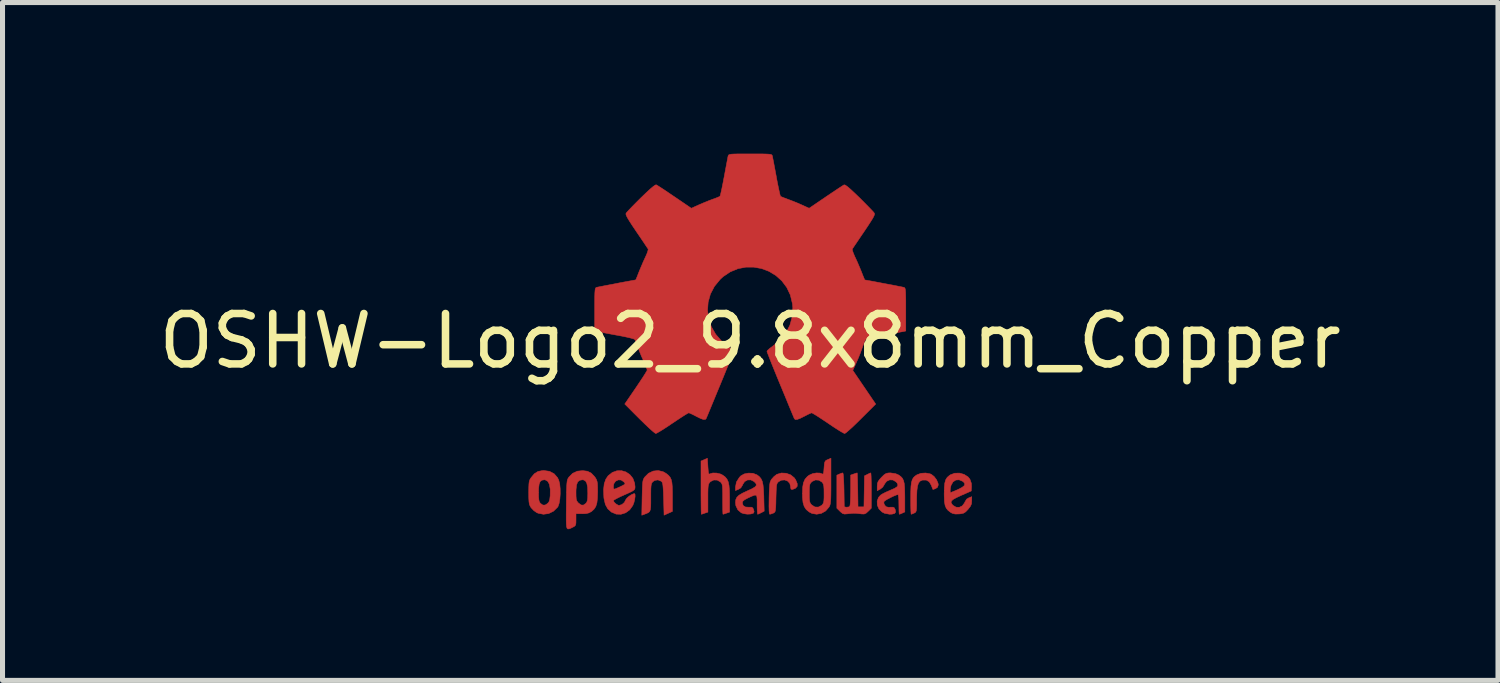
<source format=kicad_pcb>
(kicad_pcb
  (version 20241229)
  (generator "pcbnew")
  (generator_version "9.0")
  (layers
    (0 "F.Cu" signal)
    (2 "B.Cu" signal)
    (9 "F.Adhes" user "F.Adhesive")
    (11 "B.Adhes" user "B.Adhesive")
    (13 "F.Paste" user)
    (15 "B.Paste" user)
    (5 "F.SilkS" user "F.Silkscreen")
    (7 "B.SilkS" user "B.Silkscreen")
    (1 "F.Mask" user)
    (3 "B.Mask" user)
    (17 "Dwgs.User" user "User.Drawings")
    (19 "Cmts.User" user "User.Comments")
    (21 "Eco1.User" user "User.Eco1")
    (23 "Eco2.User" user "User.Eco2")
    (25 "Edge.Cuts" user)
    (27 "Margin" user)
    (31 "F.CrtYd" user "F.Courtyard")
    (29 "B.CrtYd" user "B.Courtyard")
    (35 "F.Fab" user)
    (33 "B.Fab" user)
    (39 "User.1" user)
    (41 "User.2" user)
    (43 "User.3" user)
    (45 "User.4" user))
  (footprint "OSHW-Logo2_9.8x8mm_Copper"
    (layer "F.Cu")
    (at 11.839 3.717)
    (property "Reference" "OSHW-Logo2_9.8x8mm_Copper" (at 0 0 0) (layer "F.SilkS") (effects (font (size 1 1) (thickness 0.15))))
    (attr exclude_from_pos_files exclude_from_bom allow_missing_courtyard)
    (fp_poly (pts (xy 3.571 2.637) (xy 3.594 2.647) (xy 3.65 2.691) (xy 3.698 2.755) (xy 3.727 2.823) (xy 3.732 2.857) (xy 3.716 2.904) (xy 3.68 2.928) (xy 3.643 2.943) (xy 3.625 2.946) (xy 3.617 2.926) (xy 3.6 2.882) (xy 3.593 2.863) (xy 3.552 2.794) (xy 3.493 2.76) (xy 3.417 2.761) (xy 3.411 2.763) (xy 3.37 2.782) (xy 3.34 2.819) (xy 3.32 2.88) (xy 3.308 2.968) (xy 3.303 3.088) (xy 3.302 3.152) (xy 3.302 3.252) (xy 3.3 3.321) (xy 3.296 3.365) (xy 3.287 3.39) (xy 3.274 3.405) (xy 3.253 3.416) (xy 3.252 3.416) (xy 3.213 3.433) (xy 3.194 3.439) (xy 3.191 3.42) (xy 3.188 3.369) (xy 3.186 3.292) (xy 3.185 3.196) (xy 3.185 3.125) (xy 3.186 2.989) (xy 3.19 2.885) (xy 3.2 2.808) (xy 3.216 2.752) (xy 3.24 2.711) (xy 3.274 2.679) (xy 3.308 2.656) (xy 3.388 2.626) (xy 3.482 2.62) (xy 3.571 2.637)) (stroke (width 0.01) (type solid)) (fill yes) (layer "F.Cu"))
    (fp_poly (pts (xy -1.728 2.595) (xy -1.666 2.631) (xy -1.622 2.667) (xy -1.59 2.705) (xy -1.568 2.751) (xy -1.554 2.812) (xy -1.547 2.895) (xy -1.544 3.007) (xy -1.544 3.087) (xy -1.544 3.382) (xy -1.71 3.457) (xy -1.719 3.133) (xy -1.723 3.013) (xy -1.728 2.925) (xy -1.733 2.865) (xy -1.74 2.825) (xy -1.75 2.801) (xy -1.763 2.786) (xy -1.767 2.783) (xy -1.831 2.757) (xy -1.896 2.767) (xy -1.934 2.794) (xy -1.95 2.813) (xy -1.961 2.838) (xy -1.968 2.876) (xy -1.972 2.934) (xy -1.973 3.018) (xy -1.973 3.106) (xy -1.973 3.216) (xy -1.975 3.294) (xy -1.982 3.347) (xy -1.995 3.381) (xy -2.018 3.404) (xy -2.053 3.421) (xy -2.1 3.439) (xy -2.152 3.458) (xy -2.146 3.111) (xy -2.143 2.986) (xy -2.14 2.894) (xy -2.136 2.828) (xy -2.13 2.781) (xy -2.121 2.748) (xy -2.108 2.722) (xy -2.092 2.699) (xy -2.018 2.625) (xy -1.926 2.582) (xy -1.827 2.571) (xy -1.728 2.595)) (stroke (width 0.01) (type solid)) (fill yes) (layer "F.Cu"))
    (fp_poly (pts (xy 0.713 2.625) (xy 0.802 2.657) (xy 0.874 2.715) (xy 0.902 2.756) (xy 0.933 2.831) (xy 0.932 2.885) (xy 0.9 2.921) (xy 0.888 2.928) (xy 0.837 2.947) (xy 0.81 2.942) (xy 0.802 2.91) (xy 0.801 2.892) (xy 0.785 2.826) (xy 0.742 2.78) (xy 0.683 2.758) (xy 0.617 2.763) (xy 0.564 2.792) (xy 0.546 2.809) (xy 0.533 2.829) (xy 0.524 2.859) (xy 0.519 2.907) (xy 0.515 2.978) (xy 0.512 3.08) (xy 0.511 3.112) (xy 0.509 3.222) (xy 0.506 3.3) (xy 0.501 3.351) (xy 0.494 3.383) (xy 0.483 3.401) (xy 0.467 3.412) (xy 0.457 3.417) (xy 0.413 3.433) (xy 0.388 3.439) (xy 0.379 3.421) (xy 0.374 3.365) (xy 0.372 3.272) (xy 0.374 3.141) (xy 0.374 3.121) (xy 0.377 3.002) (xy 0.381 2.914) (xy 0.386 2.853) (xy 0.393 2.809) (xy 0.404 2.778) (xy 0.419 2.751) (xy 0.427 2.74) (xy 0.472 2.69) (xy 0.522 2.651) (xy 0.528 2.647) (xy 0.618 2.62) (xy 0.713 2.625)) (stroke (width 0.01) (type solid)) (fill yes) (layer "F.Cu"))
    (fp_poly (pts (xy -0.84 2.492) (xy -0.834 2.572) (xy -0.828 2.619) (xy -0.819 2.64) (xy -0.805 2.64) (xy -0.801 2.637) (xy -0.744 2.62) (xy -0.669 2.621) (xy -0.593 2.639) (xy -0.545 2.663) (xy -0.496 2.7) (xy -0.461 2.743) (xy -0.436 2.797) (xy -0.421 2.869) (xy -0.413 2.966) (xy -0.41 3.095) (xy -0.41 3.119) (xy -0.41 3.396) (xy -0.472 3.417) (xy -0.516 3.432) (xy -0.54 3.439) (xy -0.54 3.439) (xy -0.543 3.42) (xy -0.545 3.37) (xy -0.546 3.293) (xy -0.547 3.197) (xy -0.547 3.139) (xy -0.547 3.025) (xy -0.549 2.943) (xy -0.552 2.886) (xy -0.558 2.849) (xy -0.568 2.825) (xy -0.583 2.806) (xy -0.592 2.797) (xy -0.655 2.761) (xy -0.724 2.759) (xy -0.786 2.789) (xy -0.798 2.8) (xy -0.815 2.821) (xy -0.826 2.845) (xy -0.834 2.881) (xy -0.838 2.934) (xy -0.84 3.012) (xy -0.84 3.121) (xy -0.84 3.396) (xy -0.902 3.417) (xy -0.945 3.432) (xy -0.969 3.439) (xy -0.97 3.439) (xy -0.972 3.42) (xy -0.974 3.367) (xy -0.975 3.286) (xy -0.976 3.18) (xy -0.977 3.055) (xy -0.977 2.916) (xy -0.977 2.382) (xy -0.85 2.328) (xy -0.84 2.492)) (stroke (width 0.01) (type solid)) (fill yes) (layer "F.Cu"))
    (fp_poly (pts (xy 2.396 2.637) (xy 2.399 2.688) (xy 2.401 2.766) (xy 2.403 2.865) (xy 2.403 2.968) (xy 2.403 3.319) (xy 2.341 3.38) (xy 2.299 3.418) (xy 2.261 3.434) (xy 2.21 3.433) (xy 2.19 3.43) (xy 2.127 3.423) (xy 2.074 3.419) (xy 2.061 3.419) (xy 2.018 3.421) (xy 1.957 3.427) (xy 1.933 3.43) (xy 1.874 3.435) (xy 1.834 3.425) (xy 1.795 3.394) (xy 1.781 3.38) (xy 1.719 3.319) (xy 1.719 2.664) (xy 1.769 2.641) (xy 1.812 2.624) (xy 1.837 2.618) (xy 1.844 2.637) (xy 1.85 2.689) (xy 1.855 2.768) (xy 1.859 2.87) (xy 1.861 2.955) (xy 1.866 3.292) (xy 1.913 3.299) (xy 1.955 3.294) (xy 1.976 3.279) (xy 1.982 3.251) (xy 1.987 3.192) (xy 1.99 3.108) (xy 1.992 3.009) (xy 1.993 2.957) (xy 1.993 2.661) (xy 2.054 2.64) (xy 2.098 2.625) (xy 2.122 2.618) (xy 2.122 2.618) (xy 2.125 2.637) (xy 2.127 2.688) (xy 2.13 2.766) (xy 2.132 2.864) (xy 2.134 2.955) (xy 2.139 3.292) (xy 2.257 3.292) (xy 2.262 2.985) (xy 2.267 2.677) (xy 2.325 2.648) (xy 2.367 2.627) (xy 2.392 2.618) (xy 2.392 2.618) (xy 2.396 2.637)) (stroke (width 0.01) (type solid)) (fill yes) (layer "F.Cu"))
    (fp_poly (pts (xy -3.983 2.587) (xy -3.892 2.635) (xy -3.824 2.713) (xy -3.8 2.763) (xy -3.781 2.838) (xy -3.772 2.932) (xy -3.771 3.035) (xy -3.778 3.136) (xy -3.793 3.223) (xy -3.815 3.286) (xy -3.822 3.297) (xy -3.903 3.377) (xy -4 3.425) (xy -4.104 3.439) (xy -4.21 3.418) (xy -4.239 3.405) (xy -4.297 3.364) (xy -4.347 3.311) (xy -4.352 3.304) (xy -4.371 3.271) (xy -4.384 3.236) (xy -4.391 3.19) (xy -4.395 3.125) (xy -4.396 3.03) (xy -4.396 3.009) (xy -4.396 3.002) (xy -4.201 3.002) (xy -4.2 3.091) (xy -4.195 3.151) (xy -4.186 3.189) (xy -4.17 3.215) (xy -4.162 3.224) (xy -4.115 3.257) (xy -4.07 3.256) (xy -4.024 3.227) (xy -3.996 3.196) (xy -3.98 3.151) (xy -3.971 3.079) (xy -3.97 3.071) (xy -3.969 2.942) (xy -3.985 2.846) (xy -4.019 2.784) (xy -4.07 2.756) (xy -4.088 2.755) (xy -4.136 2.763) (xy -4.169 2.789) (xy -4.189 2.839) (xy -4.199 2.919) (xy -4.201 3.002) (xy -4.396 3.002) (xy -4.395 2.908) (xy -4.392 2.838) (xy -4.386 2.789) (xy -4.374 2.753) (xy -4.356 2.722) (xy -4.352 2.716) (xy -4.286 2.636) (xy -4.213 2.59) (xy -4.125 2.572) (xy -4.095 2.571) (xy -3.983 2.587)) (stroke (width 0.01) (type solid)) (fill yes) (layer "F.Cu"))
    (fp_poly (pts (xy 4.245 2.648) (xy 4.323 2.698) (xy 4.36 2.744) (xy 4.389 2.826) (xy 4.392 2.891) (xy 4.386 2.977) (xy 4.186 3.065) (xy 4.089 3.11) (xy 4.025 3.146) (xy 3.992 3.177) (xy 3.986 3.207) (xy 4.005 3.241) (xy 4.025 3.263) (xy 4.084 3.298) (xy 4.148 3.301) (xy 4.207 3.273) (xy 4.25 3.218) (xy 4.258 3.199) (xy 4.295 3.138) (xy 4.338 3.113) (xy 4.396 3.09) (xy 4.396 3.174) (xy 4.391 3.231) (xy 4.371 3.279) (xy 4.328 3.334) (xy 4.322 3.342) (xy 4.275 3.391) (xy 4.234 3.417) (xy 4.183 3.429) (xy 4.141 3.433) (xy 4.066 3.434) (xy 4.012 3.421) (xy 3.979 3.403) (xy 3.926 3.362) (xy 3.89 3.318) (xy 3.867 3.262) (xy 3.854 3.187) (xy 3.85 3.084) (xy 3.849 3.032) (xy 3.851 2.97) (xy 3.968 2.97) (xy 3.97 3.003) (xy 3.973 3.009) (xy 3.996 3.001) (xy 4.044 2.982) (xy 4.109 2.954) (xy 4.122 2.948) (xy 4.204 2.906) (xy 4.249 2.87) (xy 4.259 2.835) (xy 4.236 2.801) (xy 4.216 2.785) (xy 4.145 2.755) (xy 4.079 2.76) (xy 4.024 2.797) (xy 3.986 2.863) (xy 3.973 2.916) (xy 3.968 2.97) (xy 3.851 2.97) (xy 3.852 2.911) (xy 3.861 2.821) (xy 3.879 2.755) (xy 3.909 2.707) (xy 3.953 2.669) (xy 3.972 2.656) (xy 4.059 2.624) (xy 4.154 2.622) (xy 4.245 2.648)) (stroke (width 0.01) (type solid)) (fill yes) (layer "F.Cu"))
    (fp_poly (pts (xy 1.602 2.78) (xy 1.602 2.926) (xy 1.601 3.039) (xy 1.599 3.123) (xy 1.595 3.184) (xy 1.59 3.227) (xy 1.582 3.259) (xy 1.571 3.283) (xy 1.563 3.297) (xy 1.497 3.373) (xy 1.412 3.421) (xy 1.319 3.438) (xy 1.226 3.423) (xy 1.17 3.394) (xy 1.112 3.346) (xy 1.072 3.286) (xy 1.048 3.209) (xy 1.037 3.105) (xy 1.036 3.028) (xy 1.036 3.023) (xy 1.172 3.023) (xy 1.173 3.11) (xy 1.177 3.168) (xy 1.186 3.206) (xy 1.201 3.233) (xy 1.22 3.254) (xy 1.283 3.294) (xy 1.351 3.297) (xy 1.415 3.264) (xy 1.42 3.26) (xy 1.441 3.236) (xy 1.455 3.208) (xy 1.462 3.167) (xy 1.465 3.102) (xy 1.465 3.031) (xy 1.464 2.942) (xy 1.46 2.882) (xy 1.451 2.843) (xy 1.436 2.815) (xy 1.423 2.8) (xy 1.364 2.763) (xy 1.295 2.758) (xy 1.23 2.787) (xy 1.218 2.797) (xy 1.196 2.821) (xy 1.183 2.849) (xy 1.176 2.891) (xy 1.173 2.956) (xy 1.172 3.023) (xy 1.036 3.023) (xy 1.04 2.906) (xy 1.056 2.814) (xy 1.087 2.744) (xy 1.134 2.69) (xy 1.17 2.663) (xy 1.237 2.633) (xy 1.314 2.619) (xy 1.386 2.622) (xy 1.426 2.637) (xy 1.442 2.642) (xy 1.453 2.626) (xy 1.46 2.583) (xy 1.465 2.518) (xy 1.471 2.446) (xy 1.48 2.402) (xy 1.495 2.377) (xy 1.522 2.361) (xy 1.539 2.354) (xy 1.602 2.327) (xy 1.602 2.78)) (stroke (width 0.01) (type solid)) (fill yes) (layer "F.Cu"))
    (fp_poly (pts (xy -2.466 2.6) (xy -2.389 2.652) (xy -2.329 2.726) (xy -2.294 2.822) (xy -2.286 2.892) (xy -2.287 2.921) (xy -2.294 2.943) (xy -2.313 2.963) (xy -2.35 2.986) (xy -2.41 3.015) (xy -2.5 3.055) (xy -2.501 3.055) (xy -2.584 3.093) (xy -2.652 3.127) (xy -2.698 3.153) (xy -2.716 3.167) (xy -2.716 3.167) (xy -2.701 3.199) (xy -2.665 3.233) (xy -2.624 3.258) (xy -2.603 3.263) (xy -2.546 3.246) (xy -2.497 3.203) (xy -2.474 3.156) (xy -2.451 3.122) (xy -2.406 3.082) (xy -2.353 3.048) (xy -2.306 3.029) (xy -2.297 3.028) (xy -2.286 3.045) (xy -2.285 3.088) (xy -2.293 3.146) (xy -2.308 3.207) (xy -2.329 3.261) (xy -2.33 3.264) (xy -2.392 3.351) (xy -2.473 3.41) (xy -2.565 3.439) (xy -2.66 3.436) (xy -2.752 3.397) (xy -2.756 3.395) (xy -2.828 3.33) (xy -2.875 3.245) (xy -2.901 3.133) (xy -2.905 3.102) (xy -2.911 2.954) (xy -2.903 2.884) (xy -2.716 2.884) (xy -2.713 2.928) (xy -2.7 2.94) (xy -2.667 2.931) (xy -2.615 2.908) (xy -2.556 2.881) (xy -2.555 2.88) (xy -2.505 2.854) (xy -2.485 2.836) (xy -2.49 2.818) (xy -2.511 2.794) (xy -2.563 2.759) (xy -2.62 2.757) (xy -2.671 2.782) (xy -2.706 2.831) (xy -2.716 2.884) (xy -2.903 2.884) (xy -2.898 2.835) (xy -2.865 2.741) (xy -2.82 2.675) (xy -2.737 2.609) (xy -2.646 2.576) (xy -2.554 2.574) (xy -2.466 2.6)) (stroke (width 0.01) (type solid)) (fill yes) (layer "F.Cu"))
    (fp_poly (pts (xy 0.054 2.626) (xy 0.13 2.655) (xy 0.131 2.655) (xy 0.178 2.69) (xy 0.213 2.731) (xy 0.238 2.784) (xy 0.254 2.856) (xy 0.264 2.953) (xy 0.27 3.082) (xy 0.27 3.1) (xy 0.277 3.377) (xy 0.218 3.408) (xy 0.175 3.429) (xy 0.149 3.439) (xy 0.148 3.439) (xy 0.143 3.421) (xy 0.139 3.372) (xy 0.137 3.3) (xy 0.137 3.242) (xy 0.137 3.148) (xy 0.132 3.089) (xy 0.118 3.061) (xy 0.085 3.06) (xy 0.03 3.081) (xy -0.054 3.12) (xy -0.115 3.153) (xy -0.147 3.181) (xy -0.156 3.212) (xy -0.156 3.213) (xy -0.141 3.266) (xy -0.095 3.295) (xy -0.026 3.299) (xy 0.024 3.298) (xy 0.051 3.313) (xy 0.067 3.347) (xy 0.077 3.391) (xy 0.063 3.416) (xy 0.058 3.42) (xy 0.009 3.434) (xy -0.058 3.437) (xy -0.128 3.427) (xy -0.178 3.41) (xy -0.246 3.351) (xy -0.285 3.27) (xy -0.293 3.207) (xy -0.287 3.15) (xy -0.266 3.104) (xy -0.224 3.062) (xy -0.155 3.021) (xy -0.055 2.974) (xy -0.049 2.971) (xy 0.041 2.93) (xy 0.097 2.895) (xy 0.121 2.865) (xy 0.116 2.833) (xy 0.084 2.797) (xy 0.075 2.789) (xy 0.012 2.757) (xy -0.054 2.758) (xy -0.111 2.79) (xy -0.149 2.848) (xy -0.152 2.859) (xy -0.187 2.915) (xy -0.23 2.942) (xy -0.293 2.968) (xy -0.293 2.9) (xy -0.274 2.8) (xy -0.217 2.709) (xy -0.188 2.678) (xy -0.12 2.639) (xy -0.035 2.622) (xy 0.054 2.626)) (stroke (width 0.01) (type solid)) (fill yes) (layer "F.Cu"))
    (fp_poly (pts (xy -3.231 2.585) (xy -3.156 2.622) (xy -3.091 2.69) (xy -3.072 2.716) (xy -3.053 2.749) (xy -3.04 2.785) (xy -3.032 2.833) (xy -3.029 2.903) (xy -3.028 2.994) (xy -3.032 3.12) (xy -3.043 3.214) (xy -3.065 3.285) (xy -3.1 3.338) (xy -3.149 3.383) (xy -3.153 3.385) (xy -3.202 3.412) (xy -3.261 3.426) (xy -3.336 3.429) (xy -3.458 3.429) (xy -3.458 3.547) (xy -3.459 3.613) (xy -3.466 3.652) (xy -3.484 3.675) (xy -3.519 3.695) (xy -3.527 3.699) (xy -3.566 3.718) (xy -3.596 3.729) (xy -3.619 3.73) (xy -3.635 3.717) (xy -3.645 3.685) (xy -3.65 3.63) (xy -3.652 3.549) (xy -3.652 3.437) (xy -3.65 3.292) (xy -3.65 3.248) (xy -3.648 3.098) (xy -3.646 3) (xy -3.458 3) (xy -3.457 3.083) (xy -3.453 3.138) (xy -3.442 3.174) (xy -3.423 3.201) (xy -3.41 3.215) (xy -3.358 3.254) (xy -3.312 3.258) (xy -3.264 3.225) (xy -3.263 3.224) (xy -3.244 3.199) (xy -3.232 3.164) (xy -3.226 3.112) (xy -3.224 3.031) (xy -3.224 3.013) (xy -3.228 2.902) (xy -3.243 2.825) (xy -3.269 2.778) (xy -3.309 2.757) (xy -3.332 2.755) (xy -3.387 2.765) (xy -3.425 2.798) (xy -3.447 2.858) (xy -3.457 2.95) (xy -3.458 3) (xy -3.646 3) (xy -3.646 2.982) (xy -3.643 2.895) (xy -3.639 2.831) (xy -3.634 2.786) (xy -3.627 2.754) (xy -3.617 2.73) (xy -3.604 2.709) (xy -3.598 2.701) (xy -3.525 2.627) (xy -3.432 2.584) (xy -3.325 2.573) (xy -3.231 2.585)) (stroke (width 0.01) (type solid)) (fill yes) (layer "F.Cu"))
    (fp_poly (pts (xy 2.887 2.634) (xy 2.944 2.659) (xy 2.988 2.69) (xy 3.02 2.725) (xy 3.042 2.77) (xy 3.057 2.831) (xy 3.064 2.915) (xy 3.067 3.028) (xy 3.068 3.103) (xy 3.068 3.393) (xy 3.018 3.416) (xy 2.979 3.433) (xy 2.959 3.439) (xy 2.955 3.421) (xy 2.952 3.372) (xy 2.951 3.3) (xy 2.95 3.243) (xy 2.949 3.161) (xy 2.944 3.096) (xy 2.938 3.056) (xy 2.933 3.048) (xy 2.898 3.057) (xy 2.844 3.079) (xy 2.781 3.109) (xy 2.72 3.141) (xy 2.674 3.17) (xy 2.652 3.19) (xy 2.652 3.19) (xy 2.654 3.227) (xy 2.671 3.262) (xy 2.7 3.291) (xy 2.743 3.3) (xy 2.78 3.299) (xy 2.832 3.298) (xy 2.859 3.31) (xy 2.876 3.343) (xy 2.878 3.349) (xy 2.885 3.395) (xy 2.866 3.423) (xy 2.816 3.436) (xy 2.763 3.438) (xy 2.666 3.42) (xy 2.616 3.394) (xy 2.554 3.333) (xy 2.522 3.258) (xy 2.519 3.178) (xy 2.546 3.104) (xy 2.588 3.058) (xy 2.63 3.032) (xy 2.695 2.999) (xy 2.771 2.966) (xy 2.784 2.96) (xy 2.867 2.924) (xy 2.916 2.891) (xy 2.931 2.859) (xy 2.917 2.822) (xy 2.892 2.794) (xy 2.833 2.759) (xy 2.768 2.756) (xy 2.709 2.783) (xy 2.666 2.837) (xy 2.661 2.851) (xy 2.628 2.902) (xy 2.581 2.94) (xy 2.52 2.971) (xy 2.52 2.883) (xy 2.524 2.829) (xy 2.539 2.787) (xy 2.573 2.741) (xy 2.605 2.706) (xy 2.655 2.657) (xy 2.694 2.631) (xy 2.736 2.62) (xy 2.783 2.618) (xy 2.887 2.634)) (stroke (width 0.01) (type solid)) (fill yes) (layer "F.Cu"))
    (fp_poly (pts (xy 0.14 -3.712) (xy 0.246 -3.712) (xy 0.322 -3.71) (xy 0.374 -3.707) (xy 0.407 -3.702) (xy 0.426 -3.695) (xy 0.435 -3.684) (xy 0.439 -3.67) (xy 0.44 -3.668) (xy 0.446 -3.636) (xy 0.459 -3.572) (xy 0.476 -3.483) (xy 0.496 -3.376) (xy 0.518 -3.258) (xy 0.518 -3.254) (xy 0.54 -3.138) (xy 0.561 -3.036) (xy 0.579 -2.953) (xy 0.592 -2.897) (xy 0.601 -2.872) (xy 0.601 -2.871) (xy 0.626 -2.859) (xy 0.676 -2.839) (xy 0.742 -2.814) (xy 0.742 -2.814) (xy 0.825 -2.783) (xy 0.923 -2.744) (xy 1.015 -2.704) (xy 1.019 -2.702) (xy 1.169 -2.634) (xy 1.501 -2.86) (xy 1.603 -2.929) (xy 1.696 -2.991) (xy 1.773 -3.042) (xy 1.83 -3.079) (xy 1.861 -3.098) (xy 1.864 -3.099) (xy 1.887 -3.093) (xy 1.93 -3.063) (xy 1.994 -3.008) (xy 2.081 -2.927) (xy 2.171 -2.84) (xy 2.256 -2.755) (xy 2.333 -2.677) (xy 2.397 -2.611) (xy 2.442 -2.563) (xy 2.464 -2.536) (xy 2.464 -2.535) (xy 2.467 -2.517) (xy 2.458 -2.487) (xy 2.435 -2.441) (xy 2.395 -2.376) (xy 2.338 -2.288) (xy 2.261 -2.173) (xy 2.193 -2.073) (xy 2.132 -1.983) (xy 2.081 -1.908) (xy 2.045 -1.854) (xy 2.027 -1.827) (xy 2.026 -1.825) (xy 2.028 -1.798) (xy 2.045 -1.747) (xy 2.073 -1.68) (xy 2.083 -1.659) (xy 2.127 -1.564) (xy 2.173 -1.456) (xy 2.211 -1.363) (xy 2.238 -1.294) (xy 2.26 -1.241) (xy 2.272 -1.214) (xy 2.274 -1.211) (xy 2.297 -1.208) (xy 2.351 -1.198) (xy 2.429 -1.184) (xy 2.524 -1.166) (xy 2.628 -1.146) (xy 2.735 -1.126) (xy 2.837 -1.107) (xy 2.927 -1.089) (xy 2.998 -1.075) (xy 3.042 -1.066) (xy 3.053 -1.063) (xy 3.064 -1.057) (xy 3.073 -1.042) (xy 3.079 -1.015) (xy 3.083 -0.97) (xy 3.085 -0.902) (xy 3.087 -0.806) (xy 3.087 -0.678) (xy 3.087 -0.625) (xy 3.087 -0.198) (xy 2.985 -0.178) (xy 2.927 -0.167) (xy 2.842 -0.151) (xy 2.739 -0.132) (xy 2.629 -0.111) (xy 2.599 -0.106) (xy 2.497 -0.086) (xy 2.408 -0.067) (xy 2.34 -0.049) (xy 2.3 -0.036) (xy 2.293 -0.032) (xy 2.277 -0.004) (xy 2.253 0.051) (xy 2.227 0.122) (xy 2.222 0.137) (xy 2.188 0.231) (xy 2.146 0.337) (xy 2.104 0.432) (xy 2.104 0.433) (xy 2.035 0.583) (xy 2.49 1.252) (xy 2.197 1.544) (xy 2.109 1.631) (xy 2.029 1.708) (xy 1.96 1.77) (xy 1.909 1.814) (xy 1.879 1.835) (xy 1.874 1.837) (xy 1.849 1.826) (xy 1.797 1.797) (xy 1.725 1.752) (xy 1.637 1.695) (xy 1.543 1.631) (xy 1.447 1.567) (xy 1.361 1.51) (xy 1.291 1.466) (xy 1.242 1.437) (xy 1.221 1.426) (xy 1.194 1.435) (xy 1.144 1.458) (xy 1.08 1.491) (xy 1.074 1.494) (xy 0.988 1.537) (xy 0.929 1.558) (xy 0.893 1.559) (xy 0.874 1.539) (xy 0.874 1.539) (xy 0.864 1.515) (xy 0.841 1.46) (xy 0.807 1.378) (xy 0.763 1.272) (xy 0.712 1.147) (xy 0.654 1.007) (xy 0.598 0.872) (xy 0.536 0.722) (xy 0.48 0.584) (xy 0.43 0.461) (xy 0.389 0.357) (xy 0.358 0.277) (xy 0.338 0.225) (xy 0.332 0.206) (xy 0.347 0.183) (xy 0.386 0.148) (xy 0.439 0.109) (xy 0.588 -0.015) (xy 0.705 -0.156) (xy 0.787 -0.313) (xy 0.834 -0.482) (xy 0.845 -0.66) (xy 0.837 -0.742) (xy 0.796 -0.913) (xy 0.724 -1.064) (xy 0.627 -1.193) (xy 0.509 -1.299) (xy 0.374 -1.381) (xy 0.227 -1.437) (xy 0.072 -1.465) (xy -0.087 -1.465) (xy -0.244 -1.435) (xy -0.396 -1.372) (xy -0.538 -1.277) (xy -0.597 -1.222) (xy -0.711 -1.083) (xy -0.79 -0.932) (xy -0.835 -0.771) (xy -0.847 -0.607) (xy -0.825 -0.443) (xy -0.772 -0.284) (xy -0.686 -0.134) (xy -0.569 0.002) (xy -0.439 0.109) (xy -0.384 0.15) (xy -0.346 0.185) (xy -0.332 0.206) (xy -0.339 0.229) (xy -0.36 0.283) (xy -0.392 0.366) (xy -0.434 0.471) (xy -0.485 0.596) (xy -0.542 0.736) (xy -0.598 0.872) (xy -0.66 1.021) (xy -0.717 1.16) (xy -0.768 1.283) (xy -0.811 1.387) (xy -0.844 1.467) (xy -0.866 1.519) (xy -0.874 1.539) (xy -0.893 1.558) (xy -0.929 1.558) (xy -0.988 1.537) (xy -1.073 1.495) (xy -1.074 1.494) (xy -1.138 1.461) (xy -1.19 1.437) (xy -1.219 1.426) (xy -1.221 1.426) (xy -1.243 1.437) (xy -1.292 1.466) (xy -1.362 1.511) (xy -1.447 1.567) (xy -1.543 1.631) (xy -1.639 1.696) (xy -1.727 1.753) (xy -1.799 1.797) (xy -1.85 1.826) (xy -1.874 1.837) (xy -1.897 1.823) (xy -1.942 1.786) (xy -2.006 1.729) (xy -2.083 1.656) (xy -2.169 1.572) (xy -2.198 1.544) (xy -2.49 1.251) (xy -2.267 0.925) (xy -2.2 0.825) (xy -2.14 0.735) (xy -2.093 0.661) (xy -2.06 0.607) (xy -2.045 0.579) (xy -2.045 0.577) (xy -2.053 0.551) (xy -2.073 0.498) (xy -2.103 0.427) (xy -2.124 0.38) (xy -2.164 0.29) (xy -2.201 0.198) (xy -2.23 0.121) (xy -2.237 0.098) (xy -2.26 0.035) (xy -2.281 -0.014) (xy -2.293 -0.032) (xy -2.319 -0.043) (xy -2.377 -0.059) (xy -2.458 -0.078) (xy -2.555 -0.098) (xy -2.599 -0.106) (xy -2.709 -0.126) (xy -2.815 -0.146) (xy -2.906 -0.163) (xy -2.972 -0.175) (xy -2.985 -0.178) (xy -3.087 -0.198) (xy -3.087 -0.625) (xy -3.087 -0.766) (xy -3.086 -0.872) (xy -3.084 -0.949) (xy -3.08 -1.002) (xy -3.075 -1.035) (xy -3.067 -1.053) (xy -3.057 -1.062) (xy -3.053 -1.063) (xy -3.028 -1.069) (xy -2.972 -1.08) (xy -2.892 -1.096) (xy -2.796 -1.114) (xy -2.691 -1.134) (xy -2.585 -1.155) (xy -2.483 -1.174) (xy -2.395 -1.19) (xy -2.325 -1.203) (xy -2.283 -1.21) (xy -2.274 -1.211) (xy -2.265 -1.228) (xy -2.246 -1.273) (xy -2.221 -1.338) (xy -2.211 -1.363) (xy -2.171 -1.46) (xy -2.125 -1.568) (xy -2.083 -1.659) (xy -2.052 -1.728) (xy -2.032 -1.785) (xy -2.025 -1.82) (xy -2.026 -1.825) (xy -2.041 -1.847) (xy -2.074 -1.896) (xy -2.121 -1.967) (xy -2.181 -2.055) (xy -2.248 -2.154) (xy -2.261 -2.173) (xy -2.339 -2.289) (xy -2.396 -2.377) (xy -2.435 -2.442) (xy -2.458 -2.487) (xy -2.467 -2.516) (xy -2.465 -2.535) (xy -2.464 -2.535) (xy -2.445 -2.559) (xy -2.402 -2.605) (xy -2.341 -2.669) (xy -2.265 -2.746) (xy -2.18 -2.831) (xy -2.171 -2.84) (xy -2.063 -2.944) (xy -1.98 -3.02) (xy -1.92 -3.07) (xy -1.882 -3.096) (xy -1.864 -3.099) (xy -1.84 -3.085) (xy -1.788 -3.052) (xy -1.714 -3.004) (xy -1.625 -2.944) (xy -1.525 -2.876) (xy -1.501 -2.86) (xy -1.169 -2.634) (xy -1.019 -2.702) (xy -0.928 -2.741) (xy -0.83 -2.781) (xy -0.746 -2.813) (xy -0.742 -2.814) (xy -0.677 -2.838) (xy -0.626 -2.859) (xy -0.601 -2.871) (xy -0.601 -2.871) (xy -0.593 -2.893) (xy -0.58 -2.948) (xy -0.562 -3.029) (xy -0.542 -3.129) (xy -0.52 -3.244) (xy -0.518 -3.254) (xy -0.496 -3.372) (xy -0.476 -3.479) (xy -0.459 -3.569) (xy -0.447 -3.634) (xy -0.44 -3.668) (xy -0.44 -3.668) (xy -0.435 -3.683) (xy -0.427 -3.693) (xy -0.41 -3.701) (xy -0.379 -3.707) (xy -0.329 -3.71) (xy -0.256 -3.712) (xy -0.153 -3.712) (xy -0.018 -3.712) (xy 0 -3.712) (xy 0.14 -3.712)) (stroke (width 0.01) (type solid)) (fill yes) (layer "F.Cu")))
  (gr_rect
    (start -3 -3)
    (end 26.679 10.453)
    (stroke (width 0.1) (type default))
    (fill no)
    (layer "Edge.Cuts")))
</source>
